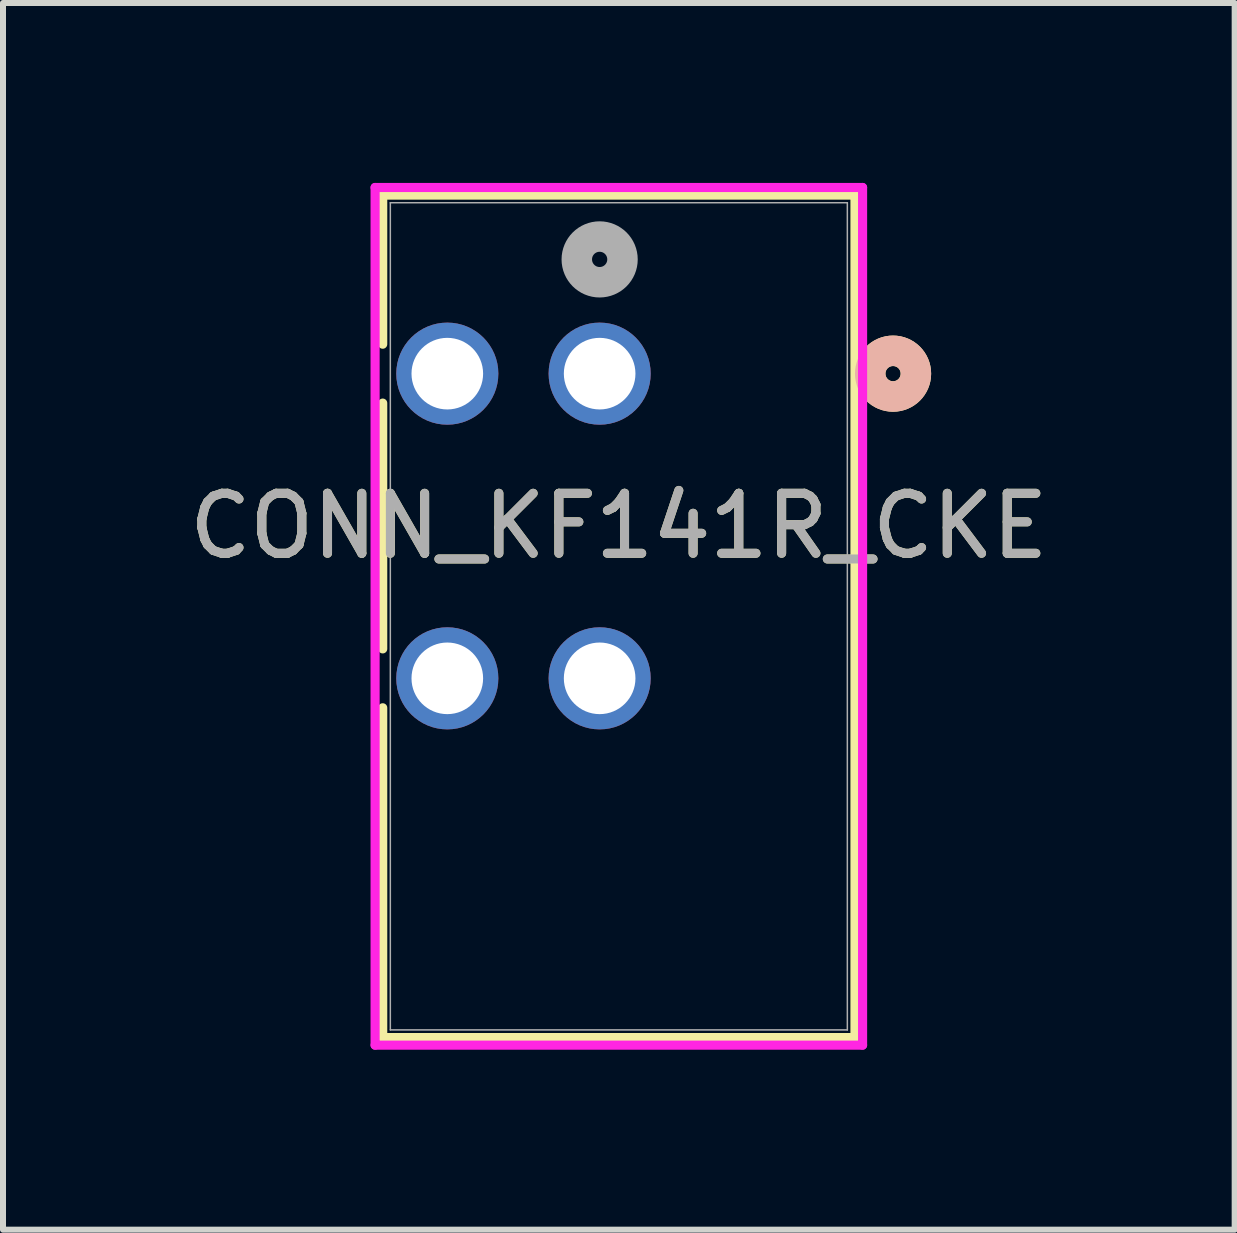
<source format=kicad_pcb>
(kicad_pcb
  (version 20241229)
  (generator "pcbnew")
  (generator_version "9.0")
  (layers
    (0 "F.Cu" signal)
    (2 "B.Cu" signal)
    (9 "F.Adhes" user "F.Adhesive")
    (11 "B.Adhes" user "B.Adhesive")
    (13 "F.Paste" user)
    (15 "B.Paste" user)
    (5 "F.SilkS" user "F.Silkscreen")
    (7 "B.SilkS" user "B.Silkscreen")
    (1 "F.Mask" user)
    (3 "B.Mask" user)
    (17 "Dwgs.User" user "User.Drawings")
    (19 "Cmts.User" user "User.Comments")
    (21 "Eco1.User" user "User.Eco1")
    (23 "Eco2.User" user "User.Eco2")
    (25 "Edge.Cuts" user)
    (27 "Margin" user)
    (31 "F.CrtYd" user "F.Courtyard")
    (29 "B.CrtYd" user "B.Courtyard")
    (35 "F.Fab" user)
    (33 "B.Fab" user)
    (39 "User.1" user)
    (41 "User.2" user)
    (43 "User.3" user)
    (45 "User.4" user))
  (footprint "CONN_KF141R_CKE"
    (layer "F.Cu")
    (at 6.948 3.18)
    (property "Reference" "CONN_KF141R_CKE" (at 0.32 2.54 0) (unlocked yes) (layer "F.SilkS") (effects (font (size 1 1) (thickness 0.15))))
    (attr through_hole)
    (fp_line (start -3.617 -2.977) (end -3.617 -0.491) (stroke (width 0.152) (type solid)) (layer "F.SilkS"))
    (fp_line (start -3.617 0.491) (end -3.617 4.589) (stroke (width 0.152) (type solid)) (layer "F.SilkS"))
    (fp_line (start -3.617 5.571) (end -3.617 11.069) (stroke (width 0.152) (type solid)) (layer "F.SilkS"))
    (fp_line (start -3.617 11.069) (end 4.257 11.069) (stroke (width 0.152) (type solid)) (layer "F.SilkS"))
    (fp_line (start 4.257 -2.977) (end -3.617 -2.977) (stroke (width 0.152) (type solid)) (layer "F.SilkS"))
    (fp_line (start 4.257 11.069) (end 4.257 -2.977) (stroke (width 0.152) (type solid)) (layer "F.SilkS"))
    (fp_circle (center 4.892 0) (end 5.273 0) (stroke (width 0.508) (type solid)) (fill no) (layer "F.SilkS"))
    (fp_circle (center 4.892 0) (end 5.273 0) (stroke (width 0.508) (type solid)) (fill no) (layer "B.SilkS"))
    (fp_line (start -3.744 -3.104) (end -3.744 11.196) (stroke (width 0.152) (type solid)) (layer "F.CrtYd"))
    (fp_line (start -3.744 11.196) (end 4.384 11.196) (stroke (width 0.152) (type solid)) (layer "F.CrtYd"))
    (fp_line (start 4.384 -3.104) (end -3.744 -3.104) (stroke (width 0.152) (type solid)) (layer "F.CrtYd"))
    (fp_line (start 4.384 11.196) (end 4.384 -3.104) (stroke (width 0.152) (type solid)) (layer "F.CrtYd"))
    (fp_line (start -3.49 -2.85) (end -3.49 10.942) (stroke (width 0.025) (type solid)) (layer "F.Fab"))
    (fp_line (start -3.49 10.942) (end 4.13 10.942) (stroke (width 0.025) (type solid)) (layer "F.Fab"))
    (fp_line (start 4.13 -2.85) (end -3.49 -2.85) (stroke (width 0.025) (type solid)) (layer "F.Fab"))
    (fp_line (start 4.13 10.942) (end 4.13 -2.85) (stroke (width 0.025) (type solid)) (layer "F.Fab"))
    (fp_circle (center 0 -1.905) (end 0.381 -1.905) (stroke (width 0.508) (type solid)) (fill no) (layer "F.Fab"))
    (fp_text user "${REFERENCE}" (at 0.32 2.54 0) (unlocked yes) (layer "F.Fab") (effects (font (size 1 1) (thickness 0.15))))
    (pad "1" thru_hole circle (at -2.54 0) (size 1.702 1.702) (drill 1.194) (layers "*.Cu" "*.Mask"))
    (pad "1" thru_hole circle (at -2.54 5.08) (size 1.702 1.702) (drill 1.194) (layers "*.Cu" "*.Mask"))
    (pad "2" thru_hole circle (at 0 0) (size 1.702 1.702) (drill 1.194) (layers "*.Cu" "*.Mask" "B.Paste"))
    (pad "2" thru_hole circle (at 0 5.08) (size 1.702 1.702) (drill 1.194) (layers "*.Cu" "*.Mask")))
  (gr_rect
    (start -3 -3)
    (end 17.536 17.453)
    (stroke (width 0.1) (type default))
    (fill no)
    (layer "Edge.Cuts")))
</source>
